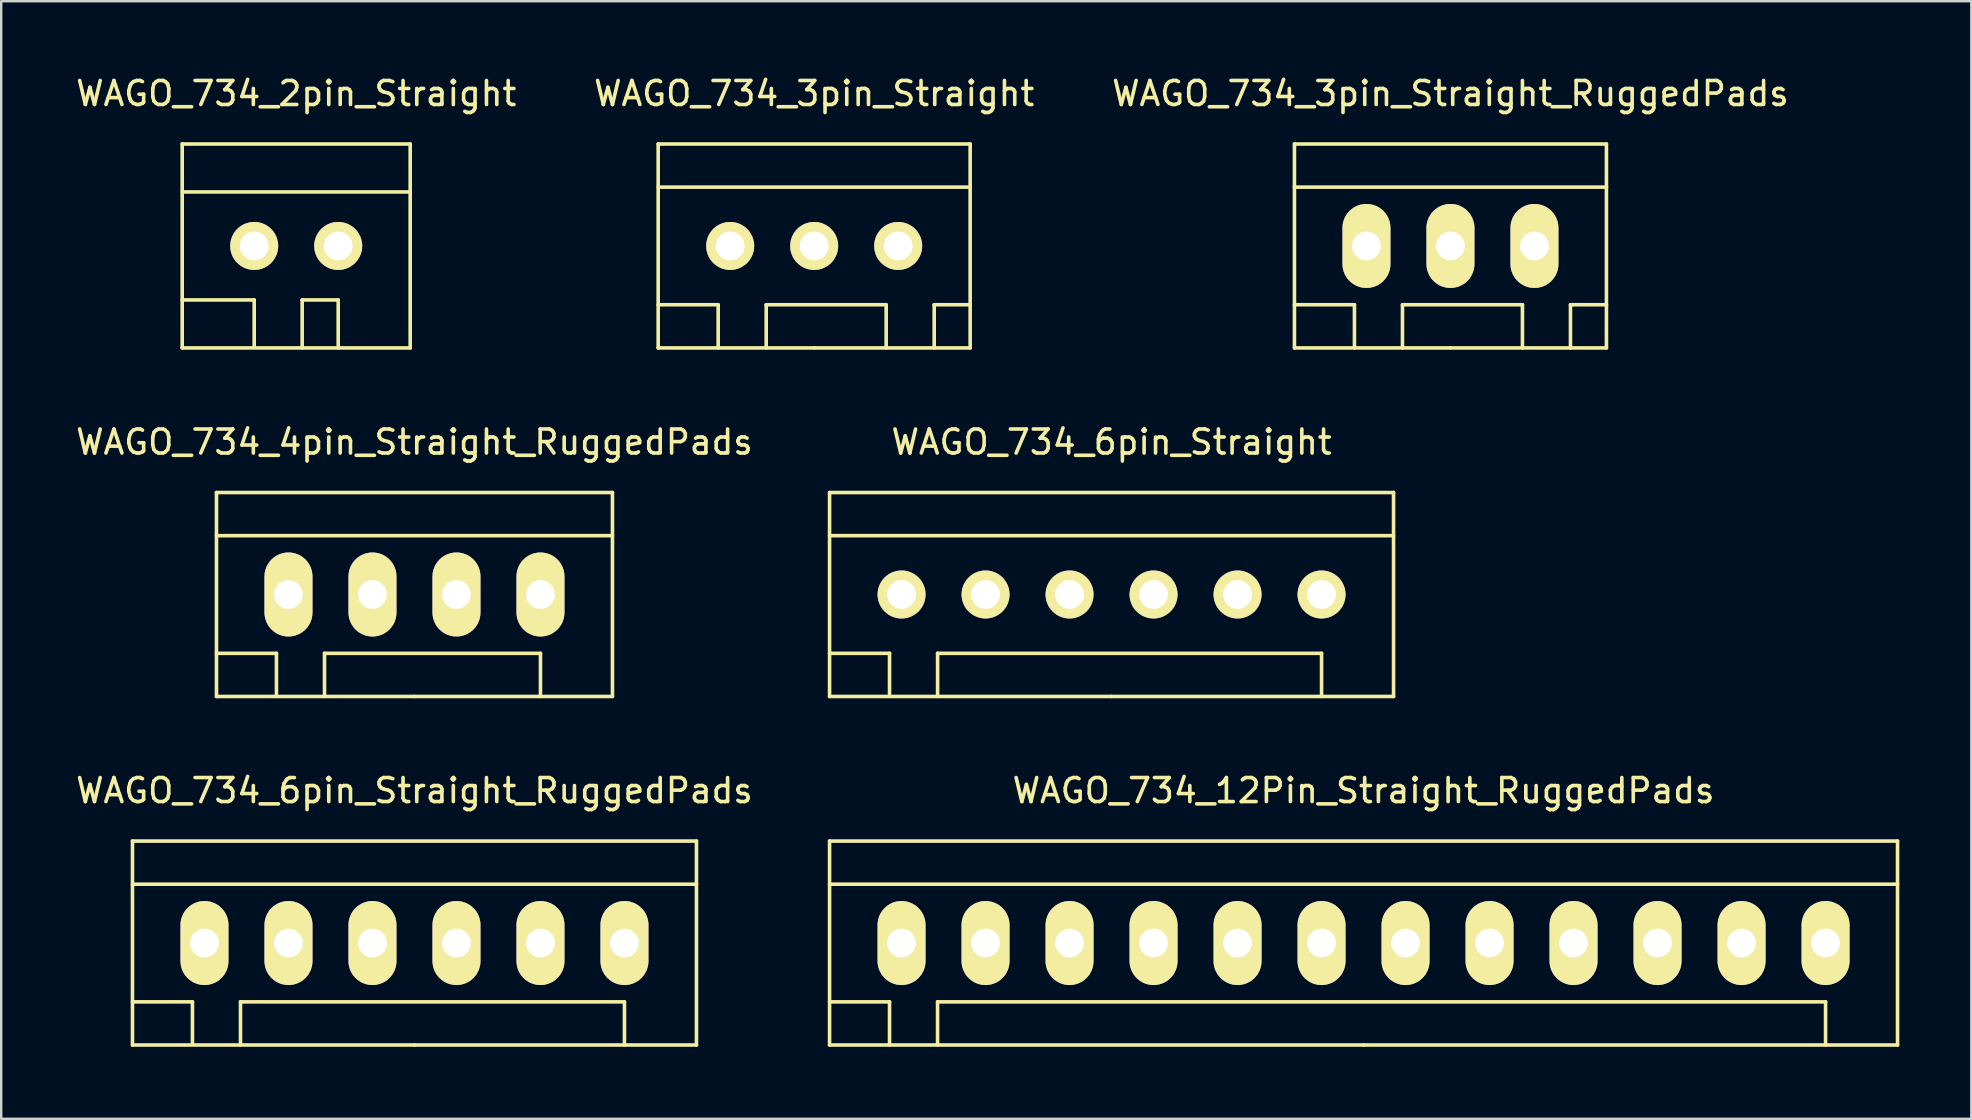
<source format=kicad_pcb>
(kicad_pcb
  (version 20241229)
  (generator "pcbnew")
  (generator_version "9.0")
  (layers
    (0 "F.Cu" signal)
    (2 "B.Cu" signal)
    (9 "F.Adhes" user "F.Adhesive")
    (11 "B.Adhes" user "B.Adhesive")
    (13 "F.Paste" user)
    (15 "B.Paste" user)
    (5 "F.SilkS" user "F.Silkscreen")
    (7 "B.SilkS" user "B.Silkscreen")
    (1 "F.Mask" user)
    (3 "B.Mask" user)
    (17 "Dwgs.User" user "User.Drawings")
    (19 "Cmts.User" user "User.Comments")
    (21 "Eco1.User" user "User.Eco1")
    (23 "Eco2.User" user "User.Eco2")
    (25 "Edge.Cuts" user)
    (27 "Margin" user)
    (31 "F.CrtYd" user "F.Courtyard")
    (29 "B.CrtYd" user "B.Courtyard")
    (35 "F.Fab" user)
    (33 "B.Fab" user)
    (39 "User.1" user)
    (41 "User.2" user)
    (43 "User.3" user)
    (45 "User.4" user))
  (footprint "WAGO_734_3pin_Straight_RuggedPads"
    (layer "F.Cu")
    (at 57.387 7.198)
    (property "Reference" "WAGO_734_3pin_Straight_RuggedPads" (at 0 -6.35 0) (layer "F.SilkS") (effects (font (size 1 1) (thickness 0.15))))
    (attr through_hole)
    (fp_line (start -6.5 -4.249) (end 6.5 -4.249) (stroke (width 0.15) (type solid)) (layer "F.SilkS"))
    (fp_line (start -6.5 -2.451) (end 6.5 -2.451) (stroke (width 0.15) (type solid)) (layer "F.SilkS"))
    (fp_line (start -6.5 2.451) (end -4 2.451) (stroke (width 0.15) (type solid)) (layer "F.SilkS"))
    (fp_line (start -6.5 4.249) (end -6.5 -4.249) (stroke (width 0.15) (type solid)) (layer "F.SilkS"))
    (fp_line (start -4 2.451) (end -4 4.249) (stroke (width 0.15) (type solid)) (layer "F.SilkS"))
    (fp_line (start -1.999 2.451) (end 3 2.451) (stroke (width 0.15) (type solid)) (layer "F.SilkS"))
    (fp_line (start -1.999 4.249) (end -1.999 2.451) (stroke (width 0.15) (type solid)) (layer "F.SilkS"))
    (fp_line (start 0 4.249) (end -6.5 4.249) (stroke (width 0.15) (type solid)) (layer "F.SilkS"))
    (fp_line (start 3 2.451) (end 3 4.249) (stroke (width 0.15) (type solid)) (layer "F.SilkS"))
    (fp_line (start 5.001 2.451) (end 6.5 2.451) (stroke (width 0.15) (type solid)) (layer "F.SilkS"))
    (fp_line (start 5.001 4.249) (end 5.001 2.451) (stroke (width 0.15) (type solid)) (layer "F.SilkS"))
    (fp_line (start 6.5 -4.249) (end 6.5 4.249) (stroke (width 0.15) (type solid)) (layer "F.SilkS"))
    (fp_line (start 6.5 4.249) (end 0 4.249) (stroke (width 0.15) (type solid)) (layer "F.SilkS"))
    (pad "1" thru_hole oval (at -3.5 0) (size 1.999 3.5) (drill 1.199) (layers "*.Cu" "*.Mask" "F.SilkS"))
    (pad "2" thru_hole oval (at 0 0) (size 1.999 3.5) (drill 1.199) (layers "*.Cu" "*.Mask" "F.SilkS"))
    (pad "3" thru_hole oval (at 3.5 0) (size 1.999 3.5) (drill 1.199) (layers "*.Cu" "*.Mask" "F.SilkS")))
  (footprint "WAGO_734_6pin_Straight"
    (layer "F.Cu")
    (at 43.266 21.721)
    (property "Reference" "WAGO_734_6pin_Straight" (at 0 -6.35 0) (layer "F.SilkS") (effects (font (size 1 1) (thickness 0.15))))
    (attr through_hole)
    (fp_line (start -11.75 -4.249) (end -11.75 4.249) (stroke (width 0.15) (type solid)) (layer "F.SilkS"))
    (fp_line (start -11.75 -2.451) (end 11.75 -2.451) (stroke (width 0.15) (type solid)) (layer "F.SilkS"))
    (fp_line (start -11.75 2.451) (end -9.251 2.451) (stroke (width 0.15) (type solid)) (layer "F.SilkS"))
    (fp_line (start -11.75 4.249) (end 0 4.249) (stroke (width 0.15) (type solid)) (layer "F.SilkS"))
    (fp_line (start -9.251 2.451) (end -9.251 4.201) (stroke (width 0.15) (type solid)) (layer "F.SilkS"))
    (fp_line (start -7.249 4.249) (end -7.249 2.451) (stroke (width 0.15) (type solid)) (layer "F.SilkS"))
    (fp_line (start 0 4.249) (end 11.75 4.249) (stroke (width 0.15) (type solid)) (layer "F.SilkS"))
    (fp_line (start 8.75 2.451) (end -7.249 2.451) (stroke (width 0.15) (type solid)) (layer "F.SilkS"))
    (fp_line (start 8.75 4.249) (end 8.75 2.451) (stroke (width 0.15) (type solid)) (layer "F.SilkS"))
    (fp_line (start 11.75 -4.249) (end -11.75 -4.249) (stroke (width 0.15) (type solid)) (layer "F.SilkS"))
    (fp_line (start 11.75 4.249) (end 11.75 -4.249) (stroke (width 0.15) (type solid)) (layer "F.SilkS"))
    (pad "1" thru_hole circle (at -8.75 0) (size 1.999 1.999) (drill 1.199) (layers "*.Cu" "*.Mask" "F.SilkS"))
    (pad "2" thru_hole circle (at -5.25 0) (size 1.999 1.999) (drill 1.199) (layers "*.Cu" "*.Mask" "F.SilkS"))
    (pad "3" thru_hole circle (at -1.75 0) (size 1.999 1.999) (drill 1.199) (layers "*.Cu" "*.Mask" "F.SilkS"))
    (pad "4" thru_hole circle (at 1.75 0) (size 1.999 1.999) (drill 1.199) (layers "*.Cu" "*.Mask" "F.SilkS"))
    (pad "5" thru_hole circle (at 5.25 0) (size 1.999 1.999) (drill 1.199) (layers "*.Cu" "*.Mask" "F.SilkS"))
    (pad "6" thru_hole circle (at 8.75 0) (size 1.999 1.999) (drill 1.199) (layers "*.Cu" "*.Mask" "F.SilkS")))
  (footprint "WAGO_734_12Pin_Straight_RuggedPads"
    (layer "F.Cu")
    (at 53.766 36.244)
    (property "Reference" "WAGO_734_12Pin_Straight_RuggedPads" (at 0 -6.35 0) (layer "F.SilkS") (effects (font (size 1 1) (thickness 0.15))))
    (attr through_hole)
    (fp_line (start -22.25 -4.249) (end -22.25 4.249) (stroke (width 0.15) (type solid)) (layer "F.SilkS"))
    (fp_line (start -22.25 -2.451) (end 22.25 -2.451) (stroke (width 0.15) (type solid)) (layer "F.SilkS"))
    (fp_line (start -22.25 2.451) (end -19.751 2.451) (stroke (width 0.15) (type solid)) (layer "F.SilkS"))
    (fp_line (start -22.25 4.249) (end 0 4.249) (stroke (width 0.15) (type solid)) (layer "F.SilkS"))
    (fp_line (start -19.751 2.451) (end -19.751 4.249) (stroke (width 0.15) (type solid)) (layer "F.SilkS"))
    (fp_line (start -17.75 4.249) (end -17.75 2.451) (stroke (width 0.15) (type solid)) (layer "F.SilkS"))
    (fp_line (start 0 4.249) (end 22.25 4.249) (stroke (width 0.15) (type solid)) (layer "F.SilkS"))
    (fp_line (start 19.251 2.451) (end -17.75 2.451) (stroke (width 0.15) (type solid)) (layer "F.SilkS"))
    (fp_line (start 19.251 4.249) (end 19.251 2.451) (stroke (width 0.15) (type solid)) (layer "F.SilkS"))
    (fp_line (start 22.25 -4.249) (end -22.25 -4.249) (stroke (width 0.15) (type solid)) (layer "F.SilkS"))
    (fp_line (start 22.25 4.249) (end 22.25 -4.249) (stroke (width 0.15) (type solid)) (layer "F.SilkS"))
    (pad "1" thru_hole oval (at -19.251 0) (size 1.999 3.5) (drill 1.199) (layers "*.Cu" "*.Mask" "F.SilkS"))
    (pad "2" thru_hole oval (at -15.751 0) (size 1.999 3.5) (drill 1.199) (layers "*.Cu" "*.Mask" "F.SilkS"))
    (pad "3" thru_hole oval (at -12.25 0) (size 1.999 3.5) (drill 1.199) (layers "*.Cu" "*.Mask" "F.SilkS"))
    (pad "4" thru_hole oval (at -8.75 0) (size 1.999 3.5) (drill 1.199) (layers "*.Cu" "*.Mask" "F.SilkS"))
    (pad "5" thru_hole oval (at -5.25 0) (size 1.999 3.5) (drill 1.199) (layers "*.Cu" "*.Mask" "F.SilkS"))
    (pad "6" thru_hole oval (at -1.75 0) (size 1.999 3.5) (drill 1.199) (layers "*.Cu" "*.Mask" "F.SilkS"))
    (pad "7" thru_hole oval (at 1.75 0) (size 1.999 3.5) (drill 1.199) (layers "*.Cu" "*.Mask" "F.SilkS"))
    (pad "8" thru_hole oval (at 5.25 0) (size 1.999 3.5) (drill 1.199) (layers "*.Cu" "*.Mask" "F.SilkS"))
    (pad "9" thru_hole oval (at 8.75 0) (size 1.999 3.5) (drill 1.199) (layers "*.Cu" "*.Mask" "F.SilkS"))
    (pad "10" thru_hole oval (at 12.25 0) (size 1.999 3.5) (drill 1.199) (layers "*.Cu" "*.Mask" "F.SilkS"))
    (pad "11" thru_hole oval (at 15.751 0) (size 1.999 3.5) (drill 1.199) (layers "*.Cu" "*.Mask" "F.SilkS"))
    (pad "12" thru_hole oval (at 19.251 0) (size 1.999 3.5) (drill 1.199) (layers "*.Cu" "*.Mask" "F.SilkS")))
  (footprint "WAGO_734_2pin_Straight"
    (layer "F.Cu")
    (at 9.292 7.198)
    (property "Reference" "WAGO_734_2pin_Straight" (at 0 -6.35 0) (layer "F.SilkS") (effects (font (size 1 1) (thickness 0.15))))
    (attr through_hole)
    (fp_line (start -4.75 -4.249) (end -4.75 4.249) (stroke (width 0.15) (type solid)) (layer "F.SilkS"))
    (fp_line (start -4.75 -2.25) (end 4.75 -2.25) (stroke (width 0.15) (type solid)) (layer "F.SilkS"))
    (fp_line (start -4.75 2.25) (end -1.75 2.25) (stroke (width 0.15) (type solid)) (layer "F.SilkS"))
    (fp_line (start -4.75 4.249) (end 4.75 4.249) (stroke (width 0.15) (type solid)) (layer "F.SilkS"))
    (fp_line (start -1.75 2.25) (end -1.75 4.201) (stroke (width 0.15) (type solid)) (layer "F.SilkS"))
    (fp_line (start 0.249 2.25) (end 1.75 2.25) (stroke (width 0.15) (type solid)) (layer "F.SilkS"))
    (fp_line (start 0.249 4.249) (end 0.249 2.25) (stroke (width 0.15) (type solid)) (layer "F.SilkS"))
    (fp_line (start 1.75 2.25) (end 1.75 4.249) (stroke (width 0.15) (type solid)) (layer "F.SilkS"))
    (fp_line (start 4.75 -4.249) (end -4.75 -4.249) (stroke (width 0.15) (type solid)) (layer "F.SilkS"))
    (fp_line (start 4.75 4.249) (end 4.75 -4.249) (stroke (width 0.15) (type solid)) (layer "F.SilkS"))
    (pad "1" thru_hole circle (at -1.75 0) (size 1.999 1.999) (drill 1.199) (layers "*.Cu" "*.Mask" "F.SilkS"))
    (pad "2" thru_hole circle (at 1.75 0) (size 1.999 1.999) (drill 1.199) (layers "*.Cu" "*.Mask" "F.SilkS")))
  (footprint "WAGO_734_3pin_Straight"
    (layer "F.Cu")
    (at 30.875 7.198)
    (property "Reference" "WAGO_734_3pin_Straight" (at 0 -6.35 0) (layer "F.SilkS") (effects (font (size 1 1) (thickness 0.15))))
    (attr through_hole)
    (fp_line (start -6.5 -4.249) (end 6.5 -4.249) (stroke (width 0.15) (type solid)) (layer "F.SilkS"))
    (fp_line (start -6.5 -2.451) (end 6.5 -2.451) (stroke (width 0.15) (type solid)) (layer "F.SilkS"))
    (fp_line (start -6.5 2.451) (end -4 2.451) (stroke (width 0.15) (type solid)) (layer "F.SilkS"))
    (fp_line (start -6.5 4.249) (end -6.5 -4.249) (stroke (width 0.15) (type solid)) (layer "F.SilkS"))
    (fp_line (start -4 2.451) (end -4 4.249) (stroke (width 0.15) (type solid)) (layer "F.SilkS"))
    (fp_line (start -1.999 2.451) (end 3 2.451) (stroke (width 0.15) (type solid)) (layer "F.SilkS"))
    (fp_line (start -1.999 4.249) (end -1.999 2.451) (stroke (width 0.15) (type solid)) (layer "F.SilkS"))
    (fp_line (start 0 4.249) (end -6.5 4.249) (stroke (width 0.15) (type solid)) (layer "F.SilkS"))
    (fp_line (start 3 2.451) (end 3 4.249) (stroke (width 0.15) (type solid)) (layer "F.SilkS"))
    (fp_line (start 5.001 2.451) (end 6.5 2.451) (stroke (width 0.15) (type solid)) (layer "F.SilkS"))
    (fp_line (start 5.001 4.249) (end 5.001 2.451) (stroke (width 0.15) (type solid)) (layer "F.SilkS"))
    (fp_line (start 6.5 -4.249) (end 6.5 4.249) (stroke (width 0.15) (type solid)) (layer "F.SilkS"))
    (fp_line (start 6.5 4.249) (end 0 4.249) (stroke (width 0.15) (type solid)) (layer "F.SilkS"))
    (pad "1" thru_hole circle (at -3.5 0) (size 1.999 1.999) (drill 1.199) (layers "*.Cu" "*.Mask" "F.SilkS"))
    (pad "2" thru_hole circle (at 0 0) (size 1.999 1.999) (drill 1.199) (layers "*.Cu" "*.Mask" "F.SilkS"))
    (pad "3" thru_hole circle (at 3.5 0) (size 1.999 1.999) (drill 1.199) (layers "*.Cu" "*.Mask" "F.SilkS")))
  (footprint "WAGO_734_6pin_Straight_RuggedPads"
    (layer "F.Cu")
    (at 14.22 36.244)
    (property "Reference" "WAGO_734_6pin_Straight_RuggedPads" (at 0 -6.35 0) (layer "F.SilkS") (effects (font (size 1 1) (thickness 0.15))))
    (attr through_hole)
    (fp_line (start -11.75 -4.249) (end -11.75 4.249) (stroke (width 0.15) (type solid)) (layer "F.SilkS"))
    (fp_line (start -11.75 -2.451) (end 11.75 -2.451) (stroke (width 0.15) (type solid)) (layer "F.SilkS"))
    (fp_line (start -11.75 2.451) (end -9.251 2.451) (stroke (width 0.15) (type solid)) (layer "F.SilkS"))
    (fp_line (start -11.75 4.249) (end 0 4.249) (stroke (width 0.15) (type solid)) (layer "F.SilkS"))
    (fp_line (start -9.251 2.451) (end -9.251 4.201) (stroke (width 0.15) (type solid)) (layer "F.SilkS"))
    (fp_line (start -7.249 4.249) (end -7.249 2.451) (stroke (width 0.15) (type solid)) (layer "F.SilkS"))
    (fp_line (start 0 4.249) (end 11.75 4.249) (stroke (width 0.15) (type solid)) (layer "F.SilkS"))
    (fp_line (start 8.75 2.451) (end -7.249 2.451) (stroke (width 0.15) (type solid)) (layer "F.SilkS"))
    (fp_line (start 8.75 4.249) (end 8.75 2.451) (stroke (width 0.15) (type solid)) (layer "F.SilkS"))
    (fp_line (start 11.75 -4.249) (end -11.75 -4.249) (stroke (width 0.15) (type solid)) (layer "F.SilkS"))
    (fp_line (start 11.75 4.249) (end 11.75 -4.249) (stroke (width 0.15) (type solid)) (layer "F.SilkS"))
    (pad "1" thru_hole oval (at -8.75 0) (size 1.999 3.5) (drill 1.199) (layers "*.Cu" "*.Mask" "F.SilkS"))
    (pad "2" thru_hole oval (at -5.25 0) (size 1.999 3.5) (drill 1.199) (layers "*.Cu" "*.Mask" "F.SilkS"))
    (pad "3" thru_hole oval (at -1.75 0) (size 1.999 3.5) (drill 1.199) (layers "*.Cu" "*.Mask" "F.SilkS"))
    (pad "4" thru_hole oval (at 1.75 0) (size 1.999 3.5) (drill 1.199) (layers "*.Cu" "*.Mask" "F.SilkS"))
    (pad "5" thru_hole oval (at 5.25 0) (size 1.999 3.5) (drill 1.199) (layers "*.Cu" "*.Mask" "F.SilkS"))
    (pad "6" thru_hole oval (at 8.75 0) (size 1.999 3.5) (drill 1.199) (layers "*.Cu" "*.Mask" "F.SilkS")))
  (footprint "WAGO_734_4pin_Straight_RuggedPads"
    (layer "F.Cu")
    (at 14.22 21.721)
    (property "Reference" "WAGO_734_4pin_Straight_RuggedPads" (at 0 -6.35 0) (layer "F.SilkS") (effects (font (size 1 1) (thickness 0.15))))
    (attr through_hole)
    (fp_line (start -8.25 -4.249) (end 8.25 -4.249) (stroke (width 0.15) (type solid)) (layer "F.SilkS"))
    (fp_line (start -8.25 -2.451) (end 8.25 -2.451) (stroke (width 0.15) (type solid)) (layer "F.SilkS"))
    (fp_line (start -8.25 2.451) (end -5.751 2.451) (stroke (width 0.15) (type solid)) (layer "F.SilkS"))
    (fp_line (start -8.25 4.249) (end -8.25 -4.249) (stroke (width 0.15) (type solid)) (layer "F.SilkS"))
    (fp_line (start -5.751 2.451) (end -5.751 4.201) (stroke (width 0.15) (type solid)) (layer "F.SilkS"))
    (fp_line (start -3.749 4.249) (end -3.749 2.451) (stroke (width 0.15) (type solid)) (layer "F.SilkS"))
    (fp_line (start 0 4.249) (end -8.25 4.249) (stroke (width 0.15) (type solid)) (layer "F.SilkS"))
    (fp_line (start 5.25 2.451) (end -3.749 2.451) (stroke (width 0.15) (type solid)) (layer "F.SilkS"))
    (fp_line (start 5.25 4.249) (end 5.25 2.451) (stroke (width 0.15) (type solid)) (layer "F.SilkS"))
    (fp_line (start 8.25 -4.249) (end 8.25 4.249) (stroke (width 0.15) (type solid)) (layer "F.SilkS"))
    (fp_line (start 8.25 4.249) (end 0 4.249) (stroke (width 0.15) (type solid)) (layer "F.SilkS"))
    (pad "1" thru_hole oval (at -5.25 0) (size 1.999 3.5) (drill 1.199) (layers "*.Cu" "*.Mask" "F.SilkS"))
    (pad "2" thru_hole oval (at -1.75 0) (size 1.999 3.5) (drill 1.199) (layers "*.Cu" "*.Mask" "F.SilkS"))
    (pad "3" thru_hole oval (at 1.75 0) (size 1.999 3.5) (drill 1.199) (layers "*.Cu" "*.Mask" "F.SilkS"))
    (pad "4" thru_hole oval (at 5.25 0) (size 1.999 3.5) (drill 1.199) (layers "*.Cu" "*.Mask" "F.SilkS")))
  (gr_rect
    (start -3 -3)
    (end 79.091 43.568)
    (stroke (width 0.1) (type default))
    (fill no)
    (layer "Edge.Cuts")))
</source>
